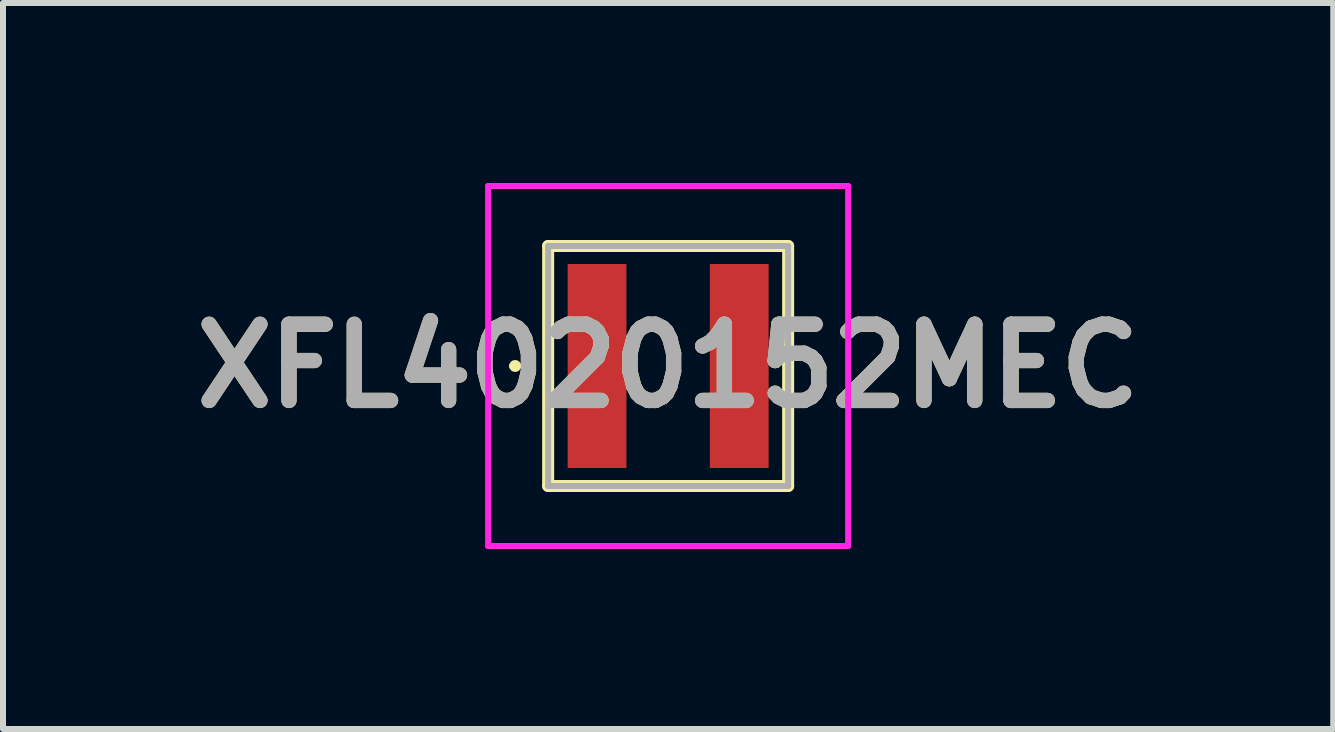
<source format=kicad_pcb>
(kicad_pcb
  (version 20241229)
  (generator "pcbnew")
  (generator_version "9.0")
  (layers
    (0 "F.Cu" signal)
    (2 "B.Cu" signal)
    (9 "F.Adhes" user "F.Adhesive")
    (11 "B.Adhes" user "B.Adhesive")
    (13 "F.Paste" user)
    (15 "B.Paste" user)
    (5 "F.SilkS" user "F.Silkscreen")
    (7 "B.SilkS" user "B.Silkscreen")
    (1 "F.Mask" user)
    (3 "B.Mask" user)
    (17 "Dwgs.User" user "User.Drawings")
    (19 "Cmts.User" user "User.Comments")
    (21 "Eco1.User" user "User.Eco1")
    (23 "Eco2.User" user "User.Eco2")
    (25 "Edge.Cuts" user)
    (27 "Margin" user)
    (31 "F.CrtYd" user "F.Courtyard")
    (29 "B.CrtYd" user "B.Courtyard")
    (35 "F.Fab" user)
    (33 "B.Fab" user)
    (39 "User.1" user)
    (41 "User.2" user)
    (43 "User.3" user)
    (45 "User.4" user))
  (footprint "XFL4020152MEC"
    (layer "F.Cu")
    (at 8.086 3.05)
    (property "Reference" "XFL4020152MEC" (at 0 0 0) (layer "F.SilkS") (effects (font (size 1.27 1.27) (thickness 0.254))))
    (attr smd)
    (fp_line (start -2.6 0) (end -2.6 0) (stroke (width 0.1) (type solid)) (layer "F.SilkS"))
    (fp_line (start -2.5 0) (end -2.5 0) (stroke (width 0.1) (type solid)) (layer "F.SilkS"))
    (fp_line (start -2 -2) (end 2 -2) (stroke (width 0.2) (type solid)) (layer "F.SilkS"))
    (fp_line (start -2 2) (end -2 -2) (stroke (width 0.2) (type solid)) (layer "F.SilkS"))
    (fp_line (start 2 -2) (end 2 2) (stroke (width 0.2) (type solid)) (layer "F.SilkS"))
    (fp_line (start 2 2) (end -2 2) (stroke (width 0.2) (type solid)) (layer "F.SilkS"))
    (fp_arc (start -2.6 0) (mid -2.55 -0.05) (end -2.5 0) (stroke (width 0.1) (type solid)) (layer "F.SilkS"))
    (fp_arc (start -2.5 0) (mid -2.55 0.05) (end -2.6 0) (stroke (width 0.1) (type solid)) (layer "F.SilkS"))
    (fp_line (start -3 -3) (end 3 -3) (stroke (width 0.1) (type solid)) (layer "F.CrtYd"))
    (fp_line (start -3 3) (end -3 -3) (stroke (width 0.1) (type solid)) (layer "F.CrtYd"))
    (fp_line (start 3 -3) (end 3 3) (stroke (width 0.1) (type solid)) (layer "F.CrtYd"))
    (fp_line (start 3 3) (end -3 3) (stroke (width 0.1) (type solid)) (layer "F.CrtYd"))
    (fp_line (start -2 -2) (end 2 -2) (stroke (width 0.1) (type solid)) (layer "F.Fab"))
    (fp_line (start -2 2) (end -2 -2) (stroke (width 0.1) (type solid)) (layer "F.Fab"))
    (fp_line (start 2 -2) (end 2 2) (stroke (width 0.1) (type solid)) (layer "F.Fab"))
    (fp_line (start 2 2) (end -2 2) (stroke (width 0.1) (type solid)) (layer "F.Fab"))
    (fp_text user "${REFERENCE}" (at 0 0 0) (layer "F.Fab") (effects (font (size 1.27 1.27) (thickness 0.254))))
    (pad "1" smd rect (at -1.185 0) (size 0.98 3.4) (layers "F.Cu" "F.Mask" "F.Paste"))
    (pad "2" smd rect (at 1.185 0) (size 0.98 3.4) (layers "F.Cu" "F.Mask" "F.Paste")))
  (gr_rect
    (start -3 -3)
    (end 19.171 9.1)
    (stroke (width 0.1) (type default))
    (fill no)
    (layer "Edge.Cuts")))
</source>
